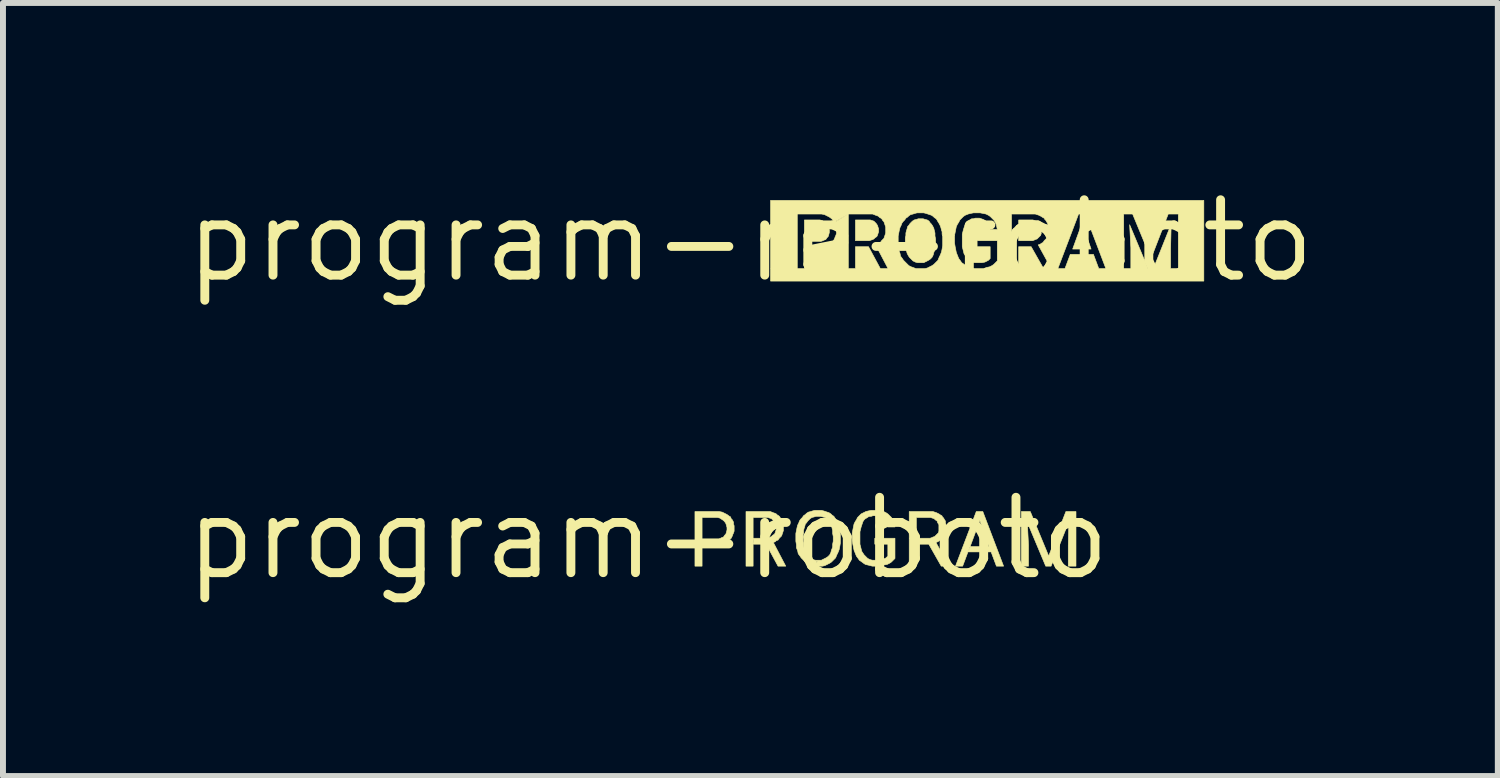
<source format=kicad_pcb>
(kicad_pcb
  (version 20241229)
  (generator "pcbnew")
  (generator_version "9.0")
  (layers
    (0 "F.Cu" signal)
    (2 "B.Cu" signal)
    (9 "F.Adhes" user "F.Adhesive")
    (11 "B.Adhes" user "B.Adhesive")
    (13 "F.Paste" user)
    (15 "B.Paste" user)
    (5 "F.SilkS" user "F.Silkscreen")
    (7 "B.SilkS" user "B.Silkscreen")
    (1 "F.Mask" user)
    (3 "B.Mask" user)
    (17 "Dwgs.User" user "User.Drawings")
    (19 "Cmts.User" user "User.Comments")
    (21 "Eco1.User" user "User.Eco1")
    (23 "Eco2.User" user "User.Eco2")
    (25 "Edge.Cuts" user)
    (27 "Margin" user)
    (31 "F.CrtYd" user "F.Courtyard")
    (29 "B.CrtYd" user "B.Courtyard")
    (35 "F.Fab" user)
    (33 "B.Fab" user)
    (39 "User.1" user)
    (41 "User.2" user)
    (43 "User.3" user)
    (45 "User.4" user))
  (footprint "program-re-roboto"
    (layer "F.Cu")
    (at 9.593 1.006)
    (property "Reference" "program-re-roboto" (at 0 0 0) (layer "F.SilkS") (effects (font (size 1.27 1.27) (thickness 0.15))))
    (attr board_only exclude_from_pos_files exclude_from_bom)
    (fp_poly (pts (xy 5.43 0.14) (xy 5.74 0.14) (xy 5.59 -0.3) (xy 5.43 0.14)) (stroke (width 0.01) (type solid)) (fill yes) (layer "F.SilkS"))
    (fp_poly (pts (xy 0.91 0.01) (xy 1.13 0.01) (xy 1.16 0.01) (xy 1.19 0.01) (xy 1.22 0) (xy 1.24 -0.01) (xy 1.27 -0.02) (xy 1.29 -0.05) (xy 1.31 -0.07) (xy 1.32 -0.1) (xy 1.33 -0.14) (xy 1.33 -0.18) (xy 1.32 -0.22) (xy 1.31 -0.25) (xy 1.29 -0.28) (xy 1.27 -0.3) (xy 1.24 -0.32) (xy 1.21 -0.34) (xy 1.17 -0.35) (xy 1.13 -0.35) (xy 0.91 -0.35) (xy 0.91 0.01)) (stroke (width 0.01) (type solid)) (fill yes) (layer "F.SilkS"))
    (fp_poly (pts (xy 1.77 0) (xy 1.97 0) (xy 2 0) (xy 2.03 -0.01) (xy 2.06 -0.02) (xy 2.08 -0.03) (xy 2.1 -0.05) (xy 2.13 -0.07) (xy 2.14 -0.09) (xy 2.15 -0.12) (xy 2.16 -0.15) (xy 2.16 -0.2) (xy 2.15 -0.23) (xy 2.14 -0.26) (xy 2.12 -0.29) (xy 2.1 -0.31) (xy 2.08 -0.33) (xy 2.05 -0.34) (xy 2.02 -0.35) (xy 1.97 -0.35) (xy 1.77 -0.35) (xy 1.77 0)) (stroke (width 0.01) (type solid)) (fill yes) (layer "F.SilkS"))
    (fp_poly (pts (xy 4.52 0) (xy 4.71 0) (xy 4.75 0) (xy 4.78 -0.01) (xy 4.8 -0.02) (xy 4.83 -0.03) (xy 4.85 -0.05) (xy 4.87 -0.07) (xy 4.89 -0.09) (xy 4.9 -0.12) (xy 4.9 -0.15) (xy 4.9 -0.2) (xy 4.9 -0.23) (xy 4.88 -0.26) (xy 4.87 -0.29) (xy 4.85 -0.31) (xy 4.82 -0.33) (xy 4.79 -0.34) (xy 4.76 -0.35) (xy 4.71 -0.35) (xy 4.52 -0.35) (xy 4.52 0)) (stroke (width 0.01) (type solid)) (fill yes) (layer "F.SilkS"))
    (fp_poly (pts (xy 3.12 -0.03) (xy 3.11 -0.08) (xy 3.11 -0.13) (xy 3.1 -0.17) (xy 3.09 -0.21) (xy 3.07 -0.25) (xy 3.05 -0.28) (xy 3.03 -0.3) (xy 3.01 -0.33) (xy 2.98 -0.35) (xy 2.94 -0.36) (xy 2.91 -0.37) (xy 2.87 -0.37) (xy 2.83 -0.37) (xy 2.8 -0.36) (xy 2.76 -0.35) (xy 2.73 -0.33) (xy 2.71 -0.31) (xy 2.69 -0.29) (xy 2.67 -0.26) (xy 2.65 -0.24) (xy 2.64 -0.2) (xy 2.63 -0.17) (xy 2.62 -0.13) (xy 2.62 -0.09) (xy 2.61 -0.05) (xy 2.61 0.05) (xy 2.62 0.09) (xy 2.62 0.13) (xy 2.63 0.17) (xy 2.64 0.21) (xy 2.66 0.25) (xy 2.68 0.28) (xy 2.71 0.31) (xy 2.74 0.34) (xy 2.78 0.36) (xy 2.82 0.37) (xy 2.85 0.37) (xy 2.87 0.37) (xy 2.9 0.37) (xy 2.92 0.37) (xy 2.94 0.36) (xy 2.96 0.35) (xy 2.98 0.34) (xy 3 0.33) (xy 3.03 0.31) (xy 3.06 0.28) (xy 3.08 0.24) (xy 3.09 0.2) (xy 3.11 0.15) (xy 3.11 0.1) (xy 3.12 0.05) (xy 3.12 -0.03)) (stroke (width 0.01) (type solid)) (fill yes) (layer "F.SilkS"))
    (fp_poly (pts (xy 0.68 -0.68) (xy 0.34 -0.68) (xy 0.34 0.68) (xy 7.64 0.68) (xy 7.64 -0.68) (xy 0.68 -0.68) (xy 0.79 -0.45) (xy 1.13 -0.45) (xy 1.2 -0.45) (xy 1.25 -0.44) (xy 1.29 -0.42) (xy 1.33 -0.4) (xy 1.37 -0.37) (xy 1.39 -0.35) (xy 1.4 -0.33) (xy 1.41 -0.31) (xy 1.65 -0.45) (xy 1.97 -0.45) (xy 2.02 -0.45) (xy 2.06 -0.45) (xy 2.11 -0.43) (xy 2.14 -0.42) (xy 2.16 -0.41) (xy 2.18 -0.39) (xy 2.2 -0.38) (xy 2.22 -0.36) (xy 2.23 -0.34) (xy 2.25 -0.32) (xy 2.26 -0.29) (xy 2.27 -0.26) (xy 2.28 -0.23) (xy 2.28 -0.19) (xy 2.28 -0.16) (xy 2.5 -0.13) (xy 2.51 -0.18) (xy 2.52 -0.22) (xy 2.54 -0.26) (xy 2.55 -0.29) (xy 2.57 -0.32) (xy 2.6 -0.35) (xy 2.62 -0.38) (xy 2.65 -0.4) (xy 2.67 -0.42) (xy 2.7 -0.44) (xy 2.74 -0.45) (xy 2.77 -0.46) (xy 2.81 -0.47) (xy 2.84 -0.47) (xy 2.88 -0.47) (xy 2.92 -0.47) (xy 2.96 -0.46) (xy 2.99 -0.45) (xy 3.02 -0.44) (xy 3.05 -0.43) (xy 3.08 -0.41) (xy 3.1 -0.39) (xy 3.13 -0.37) (xy 3.15 -0.34) (xy 3.16 -0.32) (xy 3.18 -0.29) (xy 3.2 -0.25) (xy 3.21 -0.22) (xy 3.22 -0.18) (xy 3.23 -0.15) (xy 3.23 -0.11) (xy 3.24 -0.07) (xy 3.24 0.03) (xy 3.44 0.04) (xy 3.44 -0.05) (xy 3.44 -0.09) (xy 3.45 -0.14) (xy 3.46 -0.19) (xy 3.47 -0.24) (xy 3.49 -0.28) (xy 3.51 -0.31) (xy 3.53 -0.35) (xy 3.56 -0.38) (xy 3.59 -0.41) (xy 3.62 -0.43) (xy 3.67 -0.45) (xy 3.71 -0.46) (xy 3.76 -0.47) (xy 3.81 -0.47) (xy 3.87 -0.47) (xy 3.92 -0.46) (xy 3.97 -0.45) (xy 4.01 -0.43) (xy 4.04 -0.41) (xy 4.07 -0.38) (xy 4.1 -0.35) (xy 4.12 -0.32) (xy 4.14 -0.28) (xy 4.15 -0.24) (xy 4.16 -0.19) (xy 4.04 -0.19) (xy 4.03 -0.22) (xy 4.02 -0.26) (xy 4 -0.28) (xy 3.99 -0.31) (xy 3.97 -0.33) (xy 3.94 -0.35) (xy 3.92 -0.36) (xy 3.89 -0.37) (xy 3.86 -0.38) (xy 3.83 -0.38) (xy 3.79 -0.38) (xy 3.76 -0.37) (xy 3.73 -0.37) (xy 3.71 -0.36) (xy 3.68 -0.34) (xy 3.66 -0.33) (xy 3.64 -0.31) (xy 3.62 -0.28) (xy 3.61 -0.25) (xy 3.6 -0.22) (xy 3.59 -0.19) (xy 3.58 -0.15) (xy 3.57 -0.11) (xy 3.57 -0.07) (xy 3.57 0.06) (xy 3.57 0.1) (xy 3.58 0.14) (xy 3.59 0.18) (xy 3.6 0.22) (xy 3.62 0.25) (xy 3.64 0.28) (xy 3.67 0.31) (xy 3.7 0.34) (xy 3.74 0.36) (xy 3.78 0.37) (xy 3.83 0.37) (xy 3.9 0.37) (xy 3.95 0.36) (xy 3.97 0.35) (xy 3.99 0.34) (xy 4.01 0.33) (xy 4.04 0.3) (xy 4.04 0.1) (xy 3.82 0.1) (xy 3.82 0) (xy 4.16 0) (xy 4.16 0.34) (xy 4.4 0.47) (xy 4.4 -0.45) (xy 4.71 -0.45) (xy 4.76 -0.45) (xy 4.8 -0.45) (xy 4.86 -0.43) (xy 4.88 -0.42) (xy 4.9 -0.41) (xy 4.93 -0.39) (xy 4.95 -0.38) (xy 4.96 -0.36) (xy 4.98 -0.34) (xy 4.99 -0.32) (xy 5.01 -0.29) (xy 5.01 -0.26) (xy 5.02 -0.23) (xy 5.03 -0.19) (xy 5.03 -0.16) (xy 5.02 -0.13) (xy 5.02 -0.1) (xy 5.01 -0.07) (xy 4.99 -0.04) (xy 4.97 -0.02) (xy 4.95 0) (xy 4.93 0.03) (xy 4.91 0.04) (xy 4.88 0.06) (xy 4.85 0.07) (xy 5.07 0.47) (xy 5.18 0.47) (xy 5.53 -0.45) (xy 5.64 -0.45) (xy 5.99 0.47) (xy 6.29 0.47) (xy 6.29 -0.45) (xy 6.44 -0.45) (xy 6.75 0.3) (xy 7.04 -0.45) (xy 7.21 -0.45) (xy 7.21 0.47) (xy 7.08 0.47) (xy 7.08 0.12) (xy 7.09 -0.28) (xy 6.79 0.47) (xy 6.7 0.47) (xy 6.39 -0.27) (xy 6.41 0.12) (xy 6.41 0.47) (xy 6.29 0.47) (xy 5.99 0.47) (xy 5.87 0.47) (xy 5.78 0.23) (xy 5.39 0.23) (xy 5.3 0.47) (xy 5.18 0.47) (xy 5.07 0.47) (xy 4.94 0.47) (xy 4.73 0.1) (xy 4.52 0.1) (xy 4.52 0.47) (xy 4.4 0.47) (xy 4.16 0.34) (xy 4.13 0.37) (xy 4.1 0.4) (xy 4.07 0.42) (xy 4.03 0.44) (xy 3.98 0.45) (xy 3.93 0.47) (xy 3.88 0.47) (xy 3.82 0.47) (xy 3.78 0.47) (xy 3.74 0.46) (xy 3.7 0.45) (xy 3.66 0.44) (xy 3.63 0.42) (xy 3.59 0.39) (xy 3.56 0.37) (xy 3.54 0.34) (xy 3.51 0.3) (xy 3.49 0.25) (xy 3.47 0.2) (xy 3.46 0.15) (xy 3.45 0.1) (xy 3.44 0.04) (xy 3.24 0.03) (xy 3.24 0.08) (xy 3.23 0.14) (xy 3.22 0.19) (xy 3.2 0.24) (xy 3.18 0.28) (xy 3.16 0.33) (xy 3.13 0.36) (xy 3.09 0.4) (xy 3.06 0.42) (xy 3.02 0.44) (xy 2.98 0.46) (xy 2.94 0.47) (xy 2.89 0.47) (xy 2.84 0.47) (xy 2.79 0.47) (xy 2.74 0.45) (xy 2.71 0.44) (xy 2.67 0.42) (xy 2.64 0.39) (xy 2.61 0.36) (xy 2.58 0.33) (xy 2.56 0.3) (xy 2.53 0.26) (xy 2.52 0.21) (xy 2.5 0.16) (xy 2.5 0.11) (xy 2.49 0.05) (xy 2.49 -0.03) (xy 2.49 -0.08) (xy 2.5 -0.13) (xy 2.28 -0.16) (xy 2.28 -0.13) (xy 2.27 -0.1) (xy 2.26 -0.07) (xy 2.25 -0.04) (xy 2.23 -0.02) (xy 2.21 0) (xy 2.19 0.03) (xy 2.16 0.04) (xy 2.14 0.06) (xy 2.11 0.07) (xy 2.32 0.47) (xy 2.19 0.47) (xy 1.99 0.1) (xy 1.77 0.1) (xy 1.77 0.47) (xy 1.65 0.47) (xy 1.65 -0.45) (xy 1.42 -0.31) (xy 1.43 -0.29) (xy 1.44 -0.27) (xy 1.44 -0.24) (xy 1.45 -0.21) (xy 1.45 -0.18) (xy 1.45 -0.15) (xy 1.45 -0.12) (xy 1.44 -0.09) (xy 1.43 -0.07) (xy 1.42 -0.04) (xy 1.41 -0.02) (xy 1.4 0) (xy 1.38 0.02) (xy 1.35 0.05) (xy 1.31 0.08) (xy 1.27 0.09) (xy 1.22 0.11) (xy 1.18 0.11) (xy 1.14 0.11) (xy 0.91 0.12) (xy 0.91 0.47) (xy 0.79 0.47) (xy 0.79 -0.45) (xy 0.68 -0.68)) (stroke (width 0.01) (type solid)) (fill yes) (layer "F.SilkS")))
  (footprint "program-roboto"
    (layer "F.Cu")
    (at 7.869 6.019)
    (property "Reference" "program-roboto" (at 0 0 0) (layer "F.SilkS") (effects (font (size 1.27 1.27) (thickness 0.15))))
    (attr board_only exclude_from_pos_files exclude_from_bom)
    (fp_poly (pts (xy 5.78 0.23) (xy 5.87 0.47) (xy 5.99 0.47) (xy 5.64 -0.45) (xy 5.53 -0.45) (xy 5.18 0.47) (xy 5.3 0.47) (xy 5.39 0.23) (xy 5.43 0.13) (xy 5.59 -0.3) (xy 5.74 0.14) (xy 5.43 0.14) (xy 5.39 0.23) (xy 5.78 0.23)) (stroke (width 0.01) (type solid)) (fill yes) (layer "F.SilkS"))
    (fp_poly (pts (xy 6.44 -0.45) (xy 6.29 -0.45) (xy 6.29 0.47) (xy 6.41 0.47) (xy 6.41 0.12) (xy 6.39 -0.27) (xy 6.7 0.47) (xy 6.79 0.47) (xy 7.09 -0.28) (xy 7.08 0.12) (xy 7.08 0.47) (xy 7.21 0.47) (xy 7.21 -0.45) (xy 7.04 -0.45) (xy 6.75 0.3) (xy 6.44 -0.45)) (stroke (width 0.01) (type solid)) (fill yes) (layer "F.SilkS"))
    (fp_poly (pts (xy 0.91 0.12) (xy 1.14 0.11) (xy 1.18 0.11) (xy 1.22 0.11) (xy 1.27 0.09) (xy 1.31 0.08) (xy 1.35 0.05) (xy 1.38 0.02) (xy 1.4 0) (xy 1.41 -0.02) (xy 1.42 -0.04) (xy 1.43 -0.07) (xy 1.44 -0.09) (xy 1.45 -0.12) (xy 1.45 -0.15) (xy 1.45 -0.18) (xy 1.45 -0.21) (xy 1.44 -0.24) (xy 1.44 -0.27) (xy 1.43 -0.29) (xy 1.42 -0.31) (xy 1.4 -0.33) (xy 1.39 -0.36) (xy 1.37 -0.37) (xy 1.33 -0.4) (xy 1.29 -0.42) (xy 1.25 -0.44) (xy 1.2 -0.45) (xy 1.13 -0.45) (xy 1.13 -0.35) (xy 1.17 -0.35) (xy 1.21 -0.34) (xy 1.24 -0.32) (xy 1.27 -0.3) (xy 1.29 -0.28) (xy 1.31 -0.25) (xy 1.32 -0.22) (xy 1.33 -0.18) (xy 1.33 -0.14) (xy 1.32 -0.1) (xy 1.31 -0.07) (xy 1.29 -0.05) (xy 1.27 -0.02) (xy 1.24 -0.01) (xy 1.22 0) (xy 1.19 0.01) (xy 1.16 0.01) (xy 1.13 0.01) (xy 0.91 0.01) (xy 0.91 -0.35) (xy 1.13 -0.35) (xy 1.13 -0.45) (xy 0.79 -0.45) (xy 0.79 0.47) (xy 0.91 0.47) (xy 0.91 0.12)) (stroke (width 0.01) (type solid)) (fill yes) (layer "F.SilkS"))
    (fp_poly (pts (xy 1.99 0.1) (xy 2.19 0.47) (xy 2.32 0.47) (xy 2.11 0.07) (xy 2.14 0.06) (xy 2.16 0.04) (xy 2.19 0.03) (xy 2.21 0) (xy 2.23 -0.02) (xy 2.25 -0.04) (xy 2.26 -0.07) (xy 2.27 -0.1) (xy 2.28 -0.13) (xy 2.28 -0.16) (xy 2.28 -0.19) (xy 2.28 -0.23) (xy 2.27 -0.26) (xy 2.26 -0.29) (xy 2.25 -0.32) (xy 2.23 -0.34) (xy 2.22 -0.36) (xy 2.2 -0.38) (xy 2.18 -0.39) (xy 2.16 -0.41) (xy 2.14 -0.42) (xy 2.11 -0.43) (xy 2.06 -0.45) (xy 2.02 -0.45) (xy 1.97 -0.45) (xy 1.65 -0.45) (xy 1.65 0.47) (xy 1.77 0.47) (xy 1.77 0.1) (xy 1.77 0) (xy 1.77 -0.35) (xy 1.97 -0.35) (xy 2.02 -0.35) (xy 2.05 -0.34) (xy 2.08 -0.33) (xy 2.1 -0.31) (xy 2.12 -0.29) (xy 2.14 -0.26) (xy 2.15 -0.23) (xy 2.16 -0.2) (xy 2.16 -0.15) (xy 2.15 -0.12) (xy 2.14 -0.09) (xy 2.13 -0.07) (xy 2.1 -0.05) (xy 2.08 -0.03) (xy 2.06 -0.02) (xy 2.03 -0.01) (xy 2 0) (xy 1.97 0) (xy 1.77 0) (xy 1.78 0.1) (xy 1.99 0.1)) (stroke (width 0.01) (type solid)) (fill yes) (layer "F.SilkS"))
    (fp_poly (pts (xy 4.73 0.1) (xy 4.94 0.47) (xy 5.07 0.47) (xy 4.85 0.07) (xy 4.88 0.06) (xy 4.91 0.04) (xy 4.93 0.03) (xy 4.95 0) (xy 4.97 -0.02) (xy 4.99 -0.04) (xy 5.01 -0.07) (xy 5.02 -0.1) (xy 5.02 -0.13) (xy 5.03 -0.16) (xy 5.03 -0.19) (xy 5.02 -0.23) (xy 5.01 -0.26) (xy 5.01 -0.29) (xy 4.99 -0.32) (xy 4.98 -0.34) (xy 4.96 -0.36) (xy 4.95 -0.38) (xy 4.93 -0.39) (xy 4.9 -0.41) (xy 4.88 -0.42) (xy 4.86 -0.43) (xy 4.8 -0.45) (xy 4.76 -0.45) (xy 4.71 -0.45) (xy 4.4 -0.45) (xy 4.4 0.47) (xy 4.52 0.47) (xy 4.52 0.1) (xy 4.52 0) (xy 4.52 -0.35) (xy 4.71 -0.35) (xy 4.76 -0.35) (xy 4.79 -0.34) (xy 4.82 -0.33) (xy 4.84 -0.31) (xy 4.87 -0.29) (xy 4.88 -0.26) (xy 4.9 -0.23) (xy 4.9 -0.2) (xy 4.9 -0.15) (xy 4.9 -0.12) (xy 4.89 -0.09) (xy 4.87 -0.07) (xy 4.85 -0.05) (xy 4.83 -0.03) (xy 4.8 -0.02) (xy 4.78 -0.01) (xy 4.75 0) (xy 4.71 0) (xy 4.52 0) (xy 4.52 0.1) (xy 4.73 0.1)) (stroke (width 0.01) (type solid)) (fill yes) (layer "F.SilkS"))
    (fp_poly (pts (xy 4.16 0.34) (xy 4.16 0) (xy 3.82 0) (xy 3.82 0.1) (xy 4.04 0.1) (xy 4.04 0.3) (xy 4.01 0.33) (xy 3.99 0.34) (xy 3.97 0.35) (xy 3.95 0.36) (xy 3.9 0.37) (xy 3.83 0.37) (xy 3.78 0.37) (xy 3.74 0.36) (xy 3.7 0.34) (xy 3.67 0.31) (xy 3.64 0.28) (xy 3.62 0.25) (xy 3.6 0.22) (xy 3.59 0.18) (xy 3.58 0.14) (xy 3.57 0.1) (xy 3.57 0.06) (xy 3.57 -0.07) (xy 3.57 -0.11) (xy 3.58 -0.15) (xy 3.59 -0.19) (xy 3.6 -0.22) (xy 3.61 -0.25) (xy 3.62 -0.28) (xy 3.64 -0.31) (xy 3.66 -0.33) (xy 3.68 -0.34) (xy 3.71 -0.36) (xy 3.73 -0.37) (xy 3.76 -0.37) (xy 3.79 -0.38) (xy 3.83 -0.38) (xy 3.86 -0.38) (xy 3.89 -0.37) (xy 3.92 -0.36) (xy 3.94 -0.35) (xy 3.97 -0.33) (xy 3.99 -0.31) (xy 4 -0.28) (xy 4.02 -0.26) (xy 4.03 -0.22) (xy 4.04 -0.19) (xy 4.16 -0.19) (xy 4.15 -0.24) (xy 4.14 -0.28) (xy 4.12 -0.32) (xy 4.1 -0.35) (xy 4.07 -0.38) (xy 4.04 -0.41) (xy 4.01 -0.43) (xy 3.97 -0.45) (xy 3.92 -0.46) (xy 3.87 -0.47) (xy 3.81 -0.47) (xy 3.76 -0.47) (xy 3.71 -0.46) (xy 3.67 -0.45) (xy 3.63 -0.43) (xy 3.59 -0.41) (xy 3.56 -0.38) (xy 3.53 -0.35) (xy 3.51 -0.31) (xy 3.49 -0.28) (xy 3.47 -0.24) (xy 3.46 -0.19) (xy 3.45 -0.14) (xy 3.44 -0.09) (xy 3.44 -0.05) (xy 3.44 0.04) (xy 3.45 0.1) (xy 3.46 0.15) (xy 3.47 0.2) (xy 3.49 0.25) (xy 3.51 0.3) (xy 3.54 0.34) (xy 3.56 0.37) (xy 3.59 0.39) (xy 3.63 0.42) (xy 3.66 0.44) (xy 3.7 0.45) (xy 3.74 0.46) (xy 3.78 0.47) (xy 3.82 0.47) (xy 3.88 0.47) (xy 3.93 0.47) (xy 3.98 0.45) (xy 4.03 0.44) (xy 4.07 0.42) (xy 4.1 0.4) (xy 4.13 0.37) (xy 4.16 0.34)) (stroke (width 0.01) (type solid)) (fill yes) (layer "F.SilkS"))
    (fp_poly (pts (xy 3.24 0.03) (xy 3.24 -0.07) (xy 3.23 -0.11) (xy 3.23 -0.15) (xy 3.22 -0.18) (xy 3.21 -0.22) (xy 3.2 -0.25) (xy 3.18 -0.29) (xy 3.16 -0.32) (xy 3.15 -0.34) (xy 3.13 -0.37) (xy 3.1 -0.39) (xy 3.08 -0.41) (xy 3.05 -0.43) (xy 3.02 -0.44) (xy 2.99 -0.45) (xy 2.96 -0.46) (xy 2.92 -0.47) (xy 2.88 -0.47) (xy 2.84 -0.47) (xy 2.81 -0.47) (xy 2.77 -0.46) (xy 2.74 -0.45) (xy 2.7 -0.44) (xy 2.67 -0.42) (xy 2.65 -0.4) (xy 2.62 -0.38) (xy 2.6 -0.35) (xy 2.57 -0.32) (xy 2.55 -0.29) (xy 2.54 -0.26) (xy 2.52 -0.22) (xy 2.51 -0.18) (xy 2.5 -0.13) (xy 2.49 -0.08) (xy 2.49 -0.03) (xy 2.49 0.05) (xy 2.5 0.11) (xy 2.5 0.16) (xy 2.52 0.21) (xy 2.53 0.26) (xy 2.56 0.3) (xy 2.58 0.33) (xy 2.61 0.36) (xy 2.64 0.39) (xy 2.67 0.42) (xy 2.71 0.44) (xy 2.74 0.45) (xy 2.79 0.47) (xy 2.83 0.47) (xy 2.84 0.37) (xy 2.82 0.37) (xy 2.78 0.36) (xy 2.74 0.34) (xy 2.71 0.31) (xy 2.68 0.28) (xy 2.66 0.25) (xy 2.64 0.21) (xy 2.63 0.17) (xy 2.62 0.13) (xy 2.62 0.09) (xy 2.61 0.05) (xy 2.61 -0.05) (xy 2.62 -0.09) (xy 2.62 -0.13) (xy 2.63 -0.17) (xy 2.64 -0.2) (xy 2.65 -0.24) (xy 2.67 -0.26) (xy 2.69 -0.29) (xy 2.71 -0.31) (xy 2.73 -0.33) (xy 2.76 -0.35) (xy 2.8 -0.36) (xy 2.83 -0.37) (xy 2.87 -0.37) (xy 2.91 -0.37) (xy 2.94 -0.36) (xy 2.98 -0.35) (xy 3.01 -0.33) (xy 3.03 -0.3) (xy 3.05 -0.28) (xy 3.07 -0.25) (xy 3.09 -0.21) (xy 3.1 -0.17) (xy 3.11 -0.13) (xy 3.11 -0.08) (xy 3.12 -0.03) (xy 3.12 0.05) (xy 3.11 0.1) (xy 3.11 0.15) (xy 3.09 0.2) (xy 3.08 0.24) (xy 3.06 0.28) (xy 3.03 0.31) (xy 3 0.33) (xy 2.98 0.34) (xy 2.96 0.35) (xy 2.94 0.36) (xy 2.92 0.37) (xy 2.9 0.37) (xy 2.87 0.37) (xy 2.85 0.37) (xy 2.84 0.47) (xy 2.89 0.47) (xy 2.94 0.47) (xy 2.98 0.46) (xy 3.02 0.44) (xy 3.06 0.42) (xy 3.09 0.4) (xy 3.13 0.36) (xy 3.16 0.33) (xy 3.18 0.28) (xy 3.2 0.24) (xy 3.22 0.19) (xy 3.23 0.14) (xy 3.24 0.08) (xy 3.24 0.03)) (stroke (width 0.01) (type solid)) (fill yes) (layer "F.SilkS")))
  (gr_rect
    (start -3 -3)
    (end 22.186 10.025)
    (stroke (width 0.1) (type default))
    (fill no)
    (layer "Edge.Cuts")))
</source>
